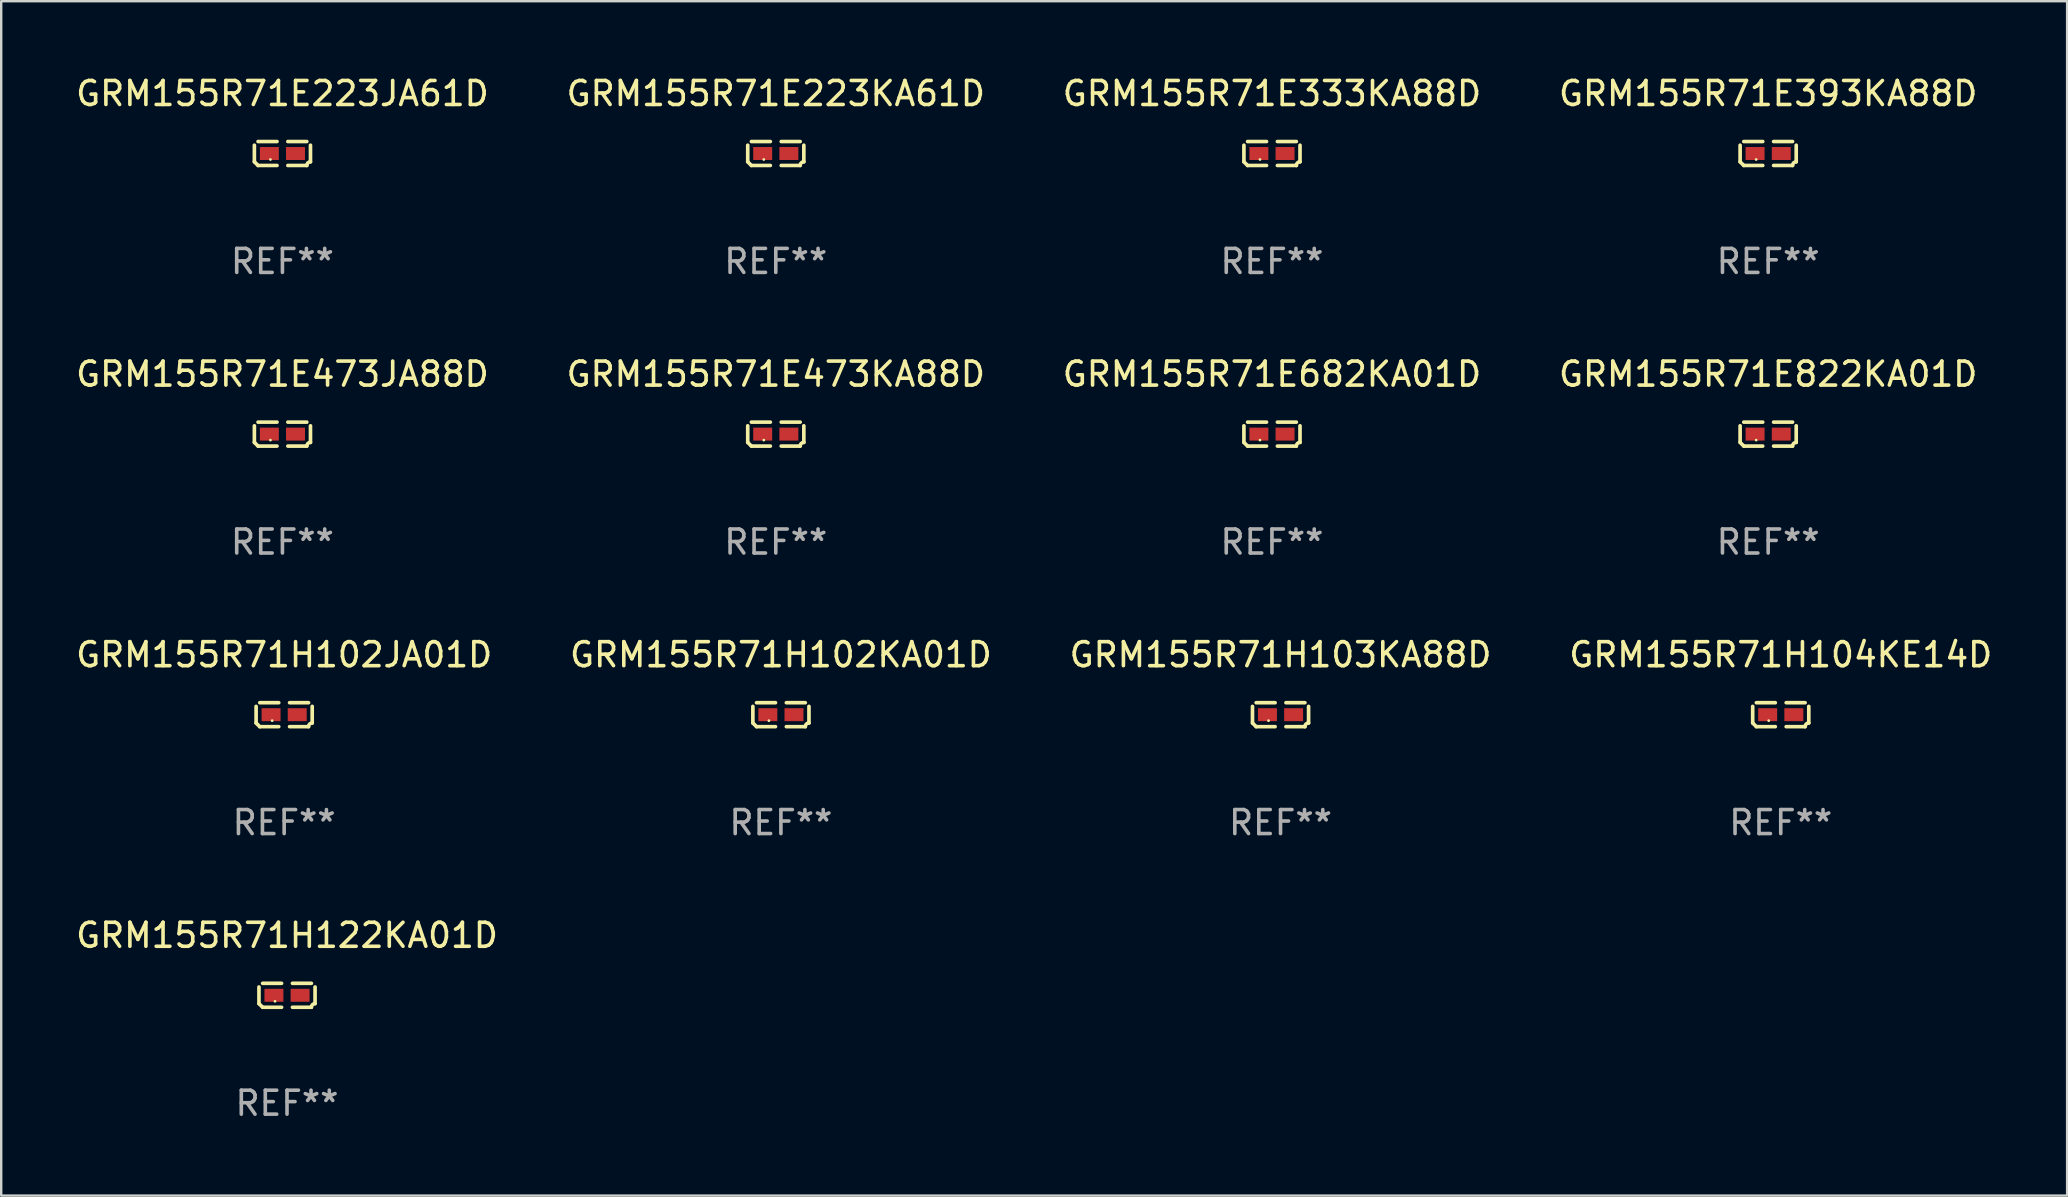
<source format=kicad_pcb>
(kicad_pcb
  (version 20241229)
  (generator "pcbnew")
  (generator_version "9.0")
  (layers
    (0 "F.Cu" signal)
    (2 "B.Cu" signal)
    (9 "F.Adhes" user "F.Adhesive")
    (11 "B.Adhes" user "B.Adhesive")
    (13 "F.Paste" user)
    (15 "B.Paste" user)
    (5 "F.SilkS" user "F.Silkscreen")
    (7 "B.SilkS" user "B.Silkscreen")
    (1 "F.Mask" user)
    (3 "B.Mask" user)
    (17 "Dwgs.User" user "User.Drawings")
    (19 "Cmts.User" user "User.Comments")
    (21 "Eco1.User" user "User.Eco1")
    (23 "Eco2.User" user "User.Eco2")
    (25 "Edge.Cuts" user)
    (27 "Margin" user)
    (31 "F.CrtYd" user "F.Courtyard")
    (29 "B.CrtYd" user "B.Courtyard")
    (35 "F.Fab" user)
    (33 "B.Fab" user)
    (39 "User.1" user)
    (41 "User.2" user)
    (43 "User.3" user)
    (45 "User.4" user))
  (footprint "GRM155R71E473KA88D"
    (layer "F.Cu")
    (at 29.28 15.041)
    (property "Reference" "GRM155R71E473KA88D" (at 0 -2.499 0) (layer "F.SilkS") (effects (font (size 1 1) (thickness 0.15))))
    (attr through_hole)
    (fp_line (start -1.169 0.346) (end -1.169 -0.346) (stroke (width 0.152) (type solid)) (layer "F.SilkS"))
    (fp_line (start -1.016 -0.499) (end -0.226 -0.499) (stroke (width 0.152) (type solid)) (layer "F.SilkS"))
    (fp_line (start -0.226 0.499) (end -1.016 0.499) (stroke (width 0.152) (type solid)) (layer "F.SilkS"))
    (fp_line (start 0.226 0.499) (end 1.016 0.499) (stroke (width 0.152) (type solid)) (layer "F.SilkS"))
    (fp_line (start 1.016 -0.499) (end 0.226 -0.499) (stroke (width 0.152) (type solid)) (layer "F.SilkS"))
    (fp_line (start 1.169 0.346) (end 1.169 -0.346) (stroke (width 0.152) (type solid)) (layer "F.SilkS"))
    (fp_arc (start -1.016307 0.498603) (mid -1.092512 0.422405) (end -1.16871 0.3462) (stroke (width 0.1524) (type solid)) (layer "F.SilkS"))
    (fp_arc (start 1.016307 0.498603) (mid 1.060899 0.390758) (end 1.168707 0.346076) (stroke (width 0.1524) (type solid)) (layer "F.SilkS"))
    (fp_circle (center -0.5 0.25) (end -0.47 0.25) (stroke (width 0.06) (type solid)) (fill no) (layer "F.SilkS"))
    (fp_text user "REF**" (at 0 4.499 0) (layer "F.Fab") (effects (font (size 1 1) (thickness 0.15))))
    (pad "1" smd rect (at -0.545 0) (size 0.79 0.54) (layers "F.Cu" "F.Mask" "F.Paste"))
    (pad "2" smd rect (at 0.545 0) (size 0.79 0.54) (layers "F.Cu" "F.Mask" "F.Paste")))
  (footprint "GRM155R71E393KA88D"
    (layer "F.Cu")
    (at 70.637 3.347)
    (property "Reference" "GRM155R71E393KA88D" (at 0 -2.499 0) (layer "F.SilkS") (effects (font (size 1 1) (thickness 0.15))))
    (attr through_hole)
    (fp_line (start -1.169 0.346) (end -1.169 -0.346) (stroke (width 0.152) (type solid)) (layer "F.SilkS"))
    (fp_line (start -1.016 -0.499) (end -0.226 -0.499) (stroke (width 0.152) (type solid)) (layer "F.SilkS"))
    (fp_line (start -0.226 0.499) (end -1.016 0.499) (stroke (width 0.152) (type solid)) (layer "F.SilkS"))
    (fp_line (start 0.226 0.499) (end 1.016 0.499) (stroke (width 0.152) (type solid)) (layer "F.SilkS"))
    (fp_line (start 1.016 -0.499) (end 0.226 -0.499) (stroke (width 0.152) (type solid)) (layer "F.SilkS"))
    (fp_line (start 1.169 0.346) (end 1.169 -0.346) (stroke (width 0.152) (type solid)) (layer "F.SilkS"))
    (fp_arc (start -1.016307 0.498603) (mid -1.092512 0.422405) (end -1.16871 0.3462) (stroke (width 0.1524) (type solid)) (layer "F.SilkS"))
    (fp_arc (start 1.016307 0.498603) (mid 1.060899 0.390758) (end 1.168707 0.346076) (stroke (width 0.1524) (type solid)) (layer "F.SilkS"))
    (fp_circle (center -0.5 0.25) (end -0.47 0.25) (stroke (width 0.06) (type solid)) (fill no) (layer "F.SilkS"))
    (fp_text user "REF**" (at 0 4.499 0) (layer "F.Fab") (effects (font (size 1 1) (thickness 0.15))))
    (pad "1" smd rect (at -0.545 0) (size 0.79 0.54) (layers "F.Cu" "F.Mask" "F.Paste"))
    (pad "2" smd rect (at 0.545 0) (size 0.79 0.54) (layers "F.Cu" "F.Mask" "F.Paste")))
  (footprint "GRM155R71H102KA01D"
    (layer "F.Cu")
    (at 29.494 26.734)
    (property "Reference" "GRM155R71H102KA01D" (at 0 -2.499 0) (layer "F.SilkS") (effects (font (size 1 1) (thickness 0.15))))
    (attr through_hole)
    (fp_line (start -1.169 0.346) (end -1.169 -0.346) (stroke (width 0.152) (type solid)) (layer "F.SilkS"))
    (fp_line (start -1.016 -0.499) (end -0.226 -0.499) (stroke (width 0.152) (type solid)) (layer "F.SilkS"))
    (fp_line (start -0.226 0.499) (end -1.016 0.499) (stroke (width 0.152) (type solid)) (layer "F.SilkS"))
    (fp_line (start 0.226 0.499) (end 1.016 0.499) (stroke (width 0.152) (type solid)) (layer "F.SilkS"))
    (fp_line (start 1.016 -0.499) (end 0.226 -0.499) (stroke (width 0.152) (type solid)) (layer "F.SilkS"))
    (fp_line (start 1.169 0.346) (end 1.169 -0.346) (stroke (width 0.152) (type solid)) (layer "F.SilkS"))
    (fp_arc (start -1.016307 0.498603) (mid -1.092512 0.422405) (end -1.16871 0.3462) (stroke (width 0.1524) (type solid)) (layer "F.SilkS"))
    (fp_arc (start 1.016307 0.498603) (mid 1.060899 0.390758) (end 1.168707 0.346076) (stroke (width 0.1524) (type solid)) (layer "F.SilkS"))
    (fp_circle (center -0.5 0.25) (end -0.47 0.25) (stroke (width 0.06) (type solid)) (fill no) (layer "F.SilkS"))
    (fp_text user "REF**" (at 0 4.499 0) (layer "F.Fab") (effects (font (size 1 1) (thickness 0.15))))
    (pad "1" smd rect (at -0.545 0) (size 0.79 0.54) (layers "F.Cu" "F.Mask" "F.Paste"))
    (pad "2" smd rect (at 0.545 0) (size 0.79 0.54) (layers "F.Cu" "F.Mask" "F.Paste")))
  (footprint "GRM155R71H102JA01D"
    (layer "F.Cu")
    (at 8.792 26.734)
    (property "Reference" "GRM155R71H102JA01D" (at 0 -2.499 0) (layer "F.SilkS") (effects (font (size 1 1) (thickness 0.15))))
    (attr through_hole)
    (fp_line (start -1.169 0.346) (end -1.169 -0.346) (stroke (width 0.152) (type solid)) (layer "F.SilkS"))
    (fp_line (start -1.016 -0.499) (end -0.226 -0.499) (stroke (width 0.152) (type solid)) (layer "F.SilkS"))
    (fp_line (start -0.226 0.499) (end -1.016 0.499) (stroke (width 0.152) (type solid)) (layer "F.SilkS"))
    (fp_line (start 0.226 0.499) (end 1.016 0.499) (stroke (width 0.152) (type solid)) (layer "F.SilkS"))
    (fp_line (start 1.016 -0.499) (end 0.226 -0.499) (stroke (width 0.152) (type solid)) (layer "F.SilkS"))
    (fp_line (start 1.169 0.346) (end 1.169 -0.346) (stroke (width 0.152) (type solid)) (layer "F.SilkS"))
    (fp_arc (start -1.016307 0.498603) (mid -1.092512 0.422405) (end -1.16871 0.3462) (stroke (width 0.1524) (type solid)) (layer "F.SilkS"))
    (fp_arc (start 1.016307 0.498603) (mid 1.060899 0.390758) (end 1.168707 0.346076) (stroke (width 0.1524) (type solid)) (layer "F.SilkS"))
    (fp_circle (center -0.5 0.25) (end -0.47 0.25) (stroke (width 0.06) (type solid)) (fill no) (layer "F.SilkS"))
    (fp_text user "REF**" (at 0 4.499 0) (layer "F.Fab") (effects (font (size 1 1) (thickness 0.15))))
    (pad "1" smd rect (at -0.545 0) (size 0.79 0.54) (layers "F.Cu" "F.Mask" "F.Paste"))
    (pad "2" smd rect (at 0.545 0) (size 0.79 0.54) (layers "F.Cu" "F.Mask" "F.Paste")))
  (footprint "GRM155R71E473JA88D"
    (layer "F.Cu")
    (at 8.72 15.041)
    (property "Reference" "GRM155R71E473JA88D" (at 0 -2.499 0) (layer "F.SilkS") (effects (font (size 1 1) (thickness 0.15))))
    (attr through_hole)
    (fp_line (start -1.169 0.346) (end -1.169 -0.346) (stroke (width 0.152) (type solid)) (layer "F.SilkS"))
    (fp_line (start -1.016 -0.499) (end -0.226 -0.499) (stroke (width 0.152) (type solid)) (layer "F.SilkS"))
    (fp_line (start -0.226 0.499) (end -1.016 0.499) (stroke (width 0.152) (type solid)) (layer "F.SilkS"))
    (fp_line (start 0.226 0.499) (end 1.016 0.499) (stroke (width 0.152) (type solid)) (layer "F.SilkS"))
    (fp_line (start 1.016 -0.499) (end 0.226 -0.499) (stroke (width 0.152) (type solid)) (layer "F.SilkS"))
    (fp_line (start 1.169 0.346) (end 1.169 -0.346) (stroke (width 0.152) (type solid)) (layer "F.SilkS"))
    (fp_arc (start -1.016307 0.498603) (mid -1.092512 0.422405) (end -1.16871 0.3462) (stroke (width 0.1524) (type solid)) (layer "F.SilkS"))
    (fp_arc (start 1.016307 0.498603) (mid 1.060899 0.390758) (end 1.168707 0.346076) (stroke (width 0.1524) (type solid)) (layer "F.SilkS"))
    (fp_circle (center -0.5 0.25) (end -0.47 0.25) (stroke (width 0.06) (type solid)) (fill no) (layer "F.SilkS"))
    (fp_text user "REF**" (at 0 4.499 0) (layer "F.Fab") (effects (font (size 1 1) (thickness 0.15))))
    (pad "1" smd rect (at -0.545 0) (size 0.79 0.54) (layers "F.Cu" "F.Mask" "F.Paste"))
    (pad "2" smd rect (at 0.545 0) (size 0.79 0.54) (layers "F.Cu" "F.Mask" "F.Paste")))
  (footprint "GRM155R71E223JA61D"
    (layer "F.Cu")
    (at 8.72 3.347)
    (property "Reference" "GRM155R71E223JA61D" (at 0 -2.499 0) (layer "F.SilkS") (effects (font (size 1 1) (thickness 0.15))))
    (attr through_hole)
    (fp_line (start -1.169 0.346) (end -1.169 -0.346) (stroke (width 0.152) (type solid)) (layer "F.SilkS"))
    (fp_line (start -1.016 -0.499) (end -0.226 -0.499) (stroke (width 0.152) (type solid)) (layer "F.SilkS"))
    (fp_line (start -0.226 0.499) (end -1.016 0.499) (stroke (width 0.152) (type solid)) (layer "F.SilkS"))
    (fp_line (start 0.226 0.499) (end 1.016 0.499) (stroke (width 0.152) (type solid)) (layer "F.SilkS"))
    (fp_line (start 1.016 -0.499) (end 0.226 -0.499) (stroke (width 0.152) (type solid)) (layer "F.SilkS"))
    (fp_line (start 1.169 0.346) (end 1.169 -0.346) (stroke (width 0.152) (type solid)) (layer "F.SilkS"))
    (fp_arc (start -1.016307 0.498603) (mid -1.092512 0.422405) (end -1.16871 0.3462) (stroke (width 0.1524) (type solid)) (layer "F.SilkS"))
    (fp_arc (start 1.016307 0.498603) (mid 1.060899 0.390758) (end 1.168707 0.346076) (stroke (width 0.1524) (type solid)) (layer "F.SilkS"))
    (fp_circle (center -0.5 0.25) (end -0.47 0.25) (stroke (width 0.06) (type solid)) (fill no) (layer "F.SilkS"))
    (fp_text user "REF**" (at 0 4.499 0) (layer "F.Fab") (effects (font (size 1 1) (thickness 0.15))))
    (pad "1" smd rect (at -0.545 0) (size 0.79 0.54) (layers "F.Cu" "F.Mask" "F.Paste"))
    (pad "2" smd rect (at 0.545 0) (size 0.79 0.54) (layers "F.Cu" "F.Mask" "F.Paste")))
  (footprint "GRM155R71E682KA01D"
    (layer "F.Cu")
    (at 49.958 15.041)
    (property "Reference" "GRM155R71E682KA01D" (at 0 -2.499 0) (layer "F.SilkS") (effects (font (size 1 1) (thickness 0.15))))
    (attr through_hole)
    (fp_line (start -1.169 0.346) (end -1.169 -0.346) (stroke (width 0.152) (type solid)) (layer "F.SilkS"))
    (fp_line (start -1.016 -0.499) (end -0.226 -0.499) (stroke (width 0.152) (type solid)) (layer "F.SilkS"))
    (fp_line (start -0.226 0.499) (end -1.016 0.499) (stroke (width 0.152) (type solid)) (layer "F.SilkS"))
    (fp_line (start 0.226 0.499) (end 1.016 0.499) (stroke (width 0.152) (type solid)) (layer "F.SilkS"))
    (fp_line (start 1.016 -0.499) (end 0.226 -0.499) (stroke (width 0.152) (type solid)) (layer "F.SilkS"))
    (fp_line (start 1.169 0.346) (end 1.169 -0.346) (stroke (width 0.152) (type solid)) (layer "F.SilkS"))
    (fp_arc (start -1.016307 0.498603) (mid -1.092512 0.422405) (end -1.16871 0.3462) (stroke (width 0.1524) (type solid)) (layer "F.SilkS"))
    (fp_arc (start 1.016307 0.498603) (mid 1.060899 0.390758) (end 1.168707 0.346076) (stroke (width 0.1524) (type solid)) (layer "F.SilkS"))
    (fp_circle (center -0.5 0.25) (end -0.47 0.25) (stroke (width 0.06) (type solid)) (fill no) (layer "F.SilkS"))
    (fp_text user "REF**" (at 0 4.499 0) (layer "F.Fab") (effects (font (size 1 1) (thickness 0.15))))
    (pad "1" smd rect (at -0.545 0) (size 0.79 0.54) (layers "F.Cu" "F.Mask" "F.Paste"))
    (pad "2" smd rect (at 0.545 0) (size 0.79 0.54) (layers "F.Cu" "F.Mask" "F.Paste")))
  (footprint "GRM155R71E333KA88D"
    (layer "F.Cu")
    (at 49.958 3.347)
    (property "Reference" "GRM155R71E333KA88D" (at 0 -2.499 0) (layer "F.SilkS") (effects (font (size 1 1) (thickness 0.15))))
    (attr through_hole)
    (fp_line (start -1.169 0.346) (end -1.169 -0.346) (stroke (width 0.152) (type solid)) (layer "F.SilkS"))
    (fp_line (start -1.016 -0.499) (end -0.226 -0.499) (stroke (width 0.152) (type solid)) (layer "F.SilkS"))
    (fp_line (start -0.226 0.499) (end -1.016 0.499) (stroke (width 0.152) (type solid)) (layer "F.SilkS"))
    (fp_line (start 0.226 0.499) (end 1.016 0.499) (stroke (width 0.152) (type solid)) (layer "F.SilkS"))
    (fp_line (start 1.016 -0.499) (end 0.226 -0.499) (stroke (width 0.152) (type solid)) (layer "F.SilkS"))
    (fp_line (start 1.169 0.346) (end 1.169 -0.346) (stroke (width 0.152) (type solid)) (layer "F.SilkS"))
    (fp_arc (start -1.016307 0.498603) (mid -1.092512 0.422405) (end -1.16871 0.3462) (stroke (width 0.1524) (type solid)) (layer "F.SilkS"))
    (fp_arc (start 1.016307 0.498603) (mid 1.060899 0.390758) (end 1.168707 0.346076) (stroke (width 0.1524) (type solid)) (layer "F.SilkS"))
    (fp_circle (center -0.5 0.25) (end -0.47 0.25) (stroke (width 0.06) (type solid)) (fill no) (layer "F.SilkS"))
    (fp_text user "REF**" (at 0 4.499 0) (layer "F.Fab") (effects (font (size 1 1) (thickness 0.15))))
    (pad "1" smd rect (at -0.545 0) (size 0.79 0.54) (layers "F.Cu" "F.Mask" "F.Paste"))
    (pad "2" smd rect (at 0.545 0) (size 0.79 0.54) (layers "F.Cu" "F.Mask" "F.Paste")))
  (footprint "GRM155R71E822KA01D"
    (layer "F.Cu")
    (at 70.637 15.041)
    (property "Reference" "GRM155R71E822KA01D" (at 0 -2.499 0) (layer "F.SilkS") (effects (font (size 1 1) (thickness 0.15))))
    (attr through_hole)
    (fp_line (start -1.169 0.346) (end -1.169 -0.346) (stroke (width 0.152) (type solid)) (layer "F.SilkS"))
    (fp_line (start -1.016 -0.499) (end -0.226 -0.499) (stroke (width 0.152) (type solid)) (layer "F.SilkS"))
    (fp_line (start -0.226 0.499) (end -1.016 0.499) (stroke (width 0.152) (type solid)) (layer "F.SilkS"))
    (fp_line (start 0.226 0.499) (end 1.016 0.499) (stroke (width 0.152) (type solid)) (layer "F.SilkS"))
    (fp_line (start 1.016 -0.499) (end 0.226 -0.499) (stroke (width 0.152) (type solid)) (layer "F.SilkS"))
    (fp_line (start 1.169 0.346) (end 1.169 -0.346) (stroke (width 0.152) (type solid)) (layer "F.SilkS"))
    (fp_arc (start -1.016307 0.498603) (mid -1.092512 0.422405) (end -1.16871 0.3462) (stroke (width 0.1524) (type solid)) (layer "F.SilkS"))
    (fp_arc (start 1.016307 0.498603) (mid 1.060899 0.390758) (end 1.168707 0.346076) (stroke (width 0.1524) (type solid)) (layer "F.SilkS"))
    (fp_circle (center -0.5 0.25) (end -0.47 0.25) (stroke (width 0.06) (type solid)) (fill no) (layer "F.SilkS"))
    (fp_text user "REF**" (at 0 4.499 0) (layer "F.Fab") (effects (font (size 1 1) (thickness 0.15))))
    (pad "1" smd rect (at -0.545 0) (size 0.79 0.54) (layers "F.Cu" "F.Mask" "F.Paste"))
    (pad "2" smd rect (at 0.545 0) (size 0.79 0.54) (layers "F.Cu" "F.Mask" "F.Paste")))
  (footprint "GRM155R71E223KA61D"
    (layer "F.Cu")
    (at 29.28 3.347)
    (property "Reference" "GRM155R71E223KA61D" (at 0 -2.499 0) (layer "F.SilkS") (effects (font (size 1 1) (thickness 0.15))))
    (attr through_hole)
    (fp_line (start -1.169 0.346) (end -1.169 -0.346) (stroke (width 0.152) (type solid)) (layer "F.SilkS"))
    (fp_line (start -1.016 -0.499) (end -0.226 -0.499) (stroke (width 0.152) (type solid)) (layer "F.SilkS"))
    (fp_line (start -0.226 0.499) (end -1.016 0.499) (stroke (width 0.152) (type solid)) (layer "F.SilkS"))
    (fp_line (start 0.226 0.499) (end 1.016 0.499) (stroke (width 0.152) (type solid)) (layer "F.SilkS"))
    (fp_line (start 1.016 -0.499) (end 0.226 -0.499) (stroke (width 0.152) (type solid)) (layer "F.SilkS"))
    (fp_line (start 1.169 0.346) (end 1.169 -0.346) (stroke (width 0.152) (type solid)) (layer "F.SilkS"))
    (fp_arc (start -1.016307 0.498603) (mid -1.092512 0.422405) (end -1.16871 0.3462) (stroke (width 0.1524) (type solid)) (layer "F.SilkS"))
    (fp_arc (start 1.016307 0.498603) (mid 1.060899 0.390758) (end 1.168707 0.346076) (stroke (width 0.1524) (type solid)) (layer "F.SilkS"))
    (fp_circle (center -0.5 0.25) (end -0.47 0.25) (stroke (width 0.06) (type solid)) (fill no) (layer "F.SilkS"))
    (fp_text user "REF**" (at 0 4.499 0) (layer "F.Fab") (effects (font (size 1 1) (thickness 0.15))))
    (pad "1" smd rect (at -0.545 0) (size 0.79 0.54) (layers "F.Cu" "F.Mask" "F.Paste"))
    (pad "2" smd rect (at 0.545 0) (size 0.79 0.54) (layers "F.Cu" "F.Mask" "F.Paste")))
  (footprint "GRM155R71H122KA01D"
    (layer "F.Cu")
    (at 8.911 38.428)
    (property "Reference" "GRM155R71H122KA01D" (at 0 -2.499 0) (layer "F.SilkS") (effects (font (size 1 1) (thickness 0.15))))
    (attr through_hole)
    (fp_line (start -1.169 0.346) (end -1.169 -0.346) (stroke (width 0.152) (type solid)) (layer "F.SilkS"))
    (fp_line (start -1.016 -0.499) (end -0.226 -0.499) (stroke (width 0.152) (type solid)) (layer "F.SilkS"))
    (fp_line (start -0.226 0.499) (end -1.016 0.499) (stroke (width 0.152) (type solid)) (layer "F.SilkS"))
    (fp_line (start 0.226 0.499) (end 1.016 0.499) (stroke (width 0.152) (type solid)) (layer "F.SilkS"))
    (fp_line (start 1.016 -0.499) (end 0.226 -0.499) (stroke (width 0.152) (type solid)) (layer "F.SilkS"))
    (fp_line (start 1.169 0.346) (end 1.169 -0.346) (stroke (width 0.152) (type solid)) (layer "F.SilkS"))
    (fp_arc (start -1.016307 0.498603) (mid -1.092512 0.422405) (end -1.16871 0.3462) (stroke (width 0.1524) (type solid)) (layer "F.SilkS"))
    (fp_arc (start 1.016307 0.498603) (mid 1.060899 0.390758) (end 1.168707 0.346076) (stroke (width 0.1524) (type solid)) (layer "F.SilkS"))
    (fp_circle (center -0.5 0.25) (end -0.47 0.25) (stroke (width 0.06) (type solid)) (fill no) (layer "F.SilkS"))
    (fp_text user "REF**" (at 0 4.499 0) (layer "F.Fab") (effects (font (size 1 1) (thickness 0.15))))
    (pad "1" smd rect (at -0.545 0) (size 0.79 0.54) (layers "F.Cu" "F.Mask" "F.Paste"))
    (pad "2" smd rect (at 0.545 0) (size 0.79 0.54) (layers "F.Cu" "F.Mask" "F.Paste")))
  (footprint "GRM155R71H103KA88D"
    (layer "F.Cu")
    (at 50.315 26.734)
    (property "Reference" "GRM155R71H103KA88D" (at 0 -2.499 0) (layer "F.SilkS") (effects (font (size 1 1) (thickness 0.15))))
    (attr through_hole)
    (fp_line (start -1.169 0.346) (end -1.169 -0.346) (stroke (width 0.152) (type solid)) (layer "F.SilkS"))
    (fp_line (start -1.016 -0.499) (end -0.226 -0.499) (stroke (width 0.152) (type solid)) (layer "F.SilkS"))
    (fp_line (start -0.226 0.499) (end -1.016 0.499) (stroke (width 0.152) (type solid)) (layer "F.SilkS"))
    (fp_line (start 0.226 0.499) (end 1.016 0.499) (stroke (width 0.152) (type solid)) (layer "F.SilkS"))
    (fp_line (start 1.016 -0.499) (end 0.226 -0.499) (stroke (width 0.152) (type solid)) (layer "F.SilkS"))
    (fp_line (start 1.169 0.346) (end 1.169 -0.346) (stroke (width 0.152) (type solid)) (layer "F.SilkS"))
    (fp_arc (start -1.016307 0.498603) (mid -1.092512 0.422405) (end -1.16871 0.3462) (stroke (width 0.1524) (type solid)) (layer "F.SilkS"))
    (fp_arc (start 1.016307 0.498603) (mid 1.060899 0.390758) (end 1.168707 0.346076) (stroke (width 0.1524) (type solid)) (layer "F.SilkS"))
    (fp_circle (center -0.5 0.25) (end -0.47 0.25) (stroke (width 0.06) (type solid)) (fill no) (layer "F.SilkS"))
    (fp_text user "REF**" (at 0 4.499 0) (layer "F.Fab") (effects (font (size 1 1) (thickness 0.15))))
    (pad "1" smd rect (at -0.545 0) (size 0.79 0.54) (layers "F.Cu" "F.Mask" "F.Paste"))
    (pad "2" smd rect (at 0.545 0) (size 0.79 0.54) (layers "F.Cu" "F.Mask" "F.Paste")))
  (footprint "GRM155R71H104KE14D"
    (layer "F.Cu")
    (at 71.161 26.734)
    (property "Reference" "GRM155R71H104KE14D" (at 0 -2.499 0) (layer "F.SilkS") (effects (font (size 1 1) (thickness 0.15))))
    (attr through_hole)
    (fp_line (start -1.169 0.346) (end -1.169 -0.346) (stroke (width 0.152) (type solid)) (layer "F.SilkS"))
    (fp_line (start -1.016 -0.499) (end -0.226 -0.499) (stroke (width 0.152) (type solid)) (layer "F.SilkS"))
    (fp_line (start -0.226 0.499) (end -1.016 0.499) (stroke (width 0.152) (type solid)) (layer "F.SilkS"))
    (fp_line (start 0.226 0.499) (end 1.016 0.499) (stroke (width 0.152) (type solid)) (layer "F.SilkS"))
    (fp_line (start 1.016 -0.499) (end 0.226 -0.499) (stroke (width 0.152) (type solid)) (layer "F.SilkS"))
    (fp_line (start 1.169 0.346) (end 1.169 -0.346) (stroke (width 0.152) (type solid)) (layer "F.SilkS"))
    (fp_arc (start -1.016307 0.498603) (mid -1.092512 0.422405) (end -1.16871 0.3462) (stroke (width 0.1524) (type solid)) (layer "F.SilkS"))
    (fp_arc (start 1.016307 0.498603) (mid 1.060899 0.390758) (end 1.168707 0.346076) (stroke (width 0.1524) (type solid)) (layer "F.SilkS"))
    (fp_circle (center -0.5 0.25) (end -0.47 0.25) (stroke (width 0.06) (type solid)) (fill no) (layer "F.SilkS"))
    (fp_text user "REF**" (at 0 4.499 0) (layer "F.Fab") (effects (font (size 1 1) (thickness 0.15))))
    (pad "1" smd rect (at -0.545 0) (size 0.79 0.54) (layers "F.Cu" "F.Mask" "F.Paste"))
    (pad "2" smd rect (at 0.545 0) (size 0.79 0.54) (layers "F.Cu" "F.Mask" "F.Paste")))
  (gr_rect
    (start -3 -3)
    (end 83.095 46.775)
    (stroke (width 0.1) (type default))
    (fill no)
    (layer "Edge.Cuts")))
</source>
